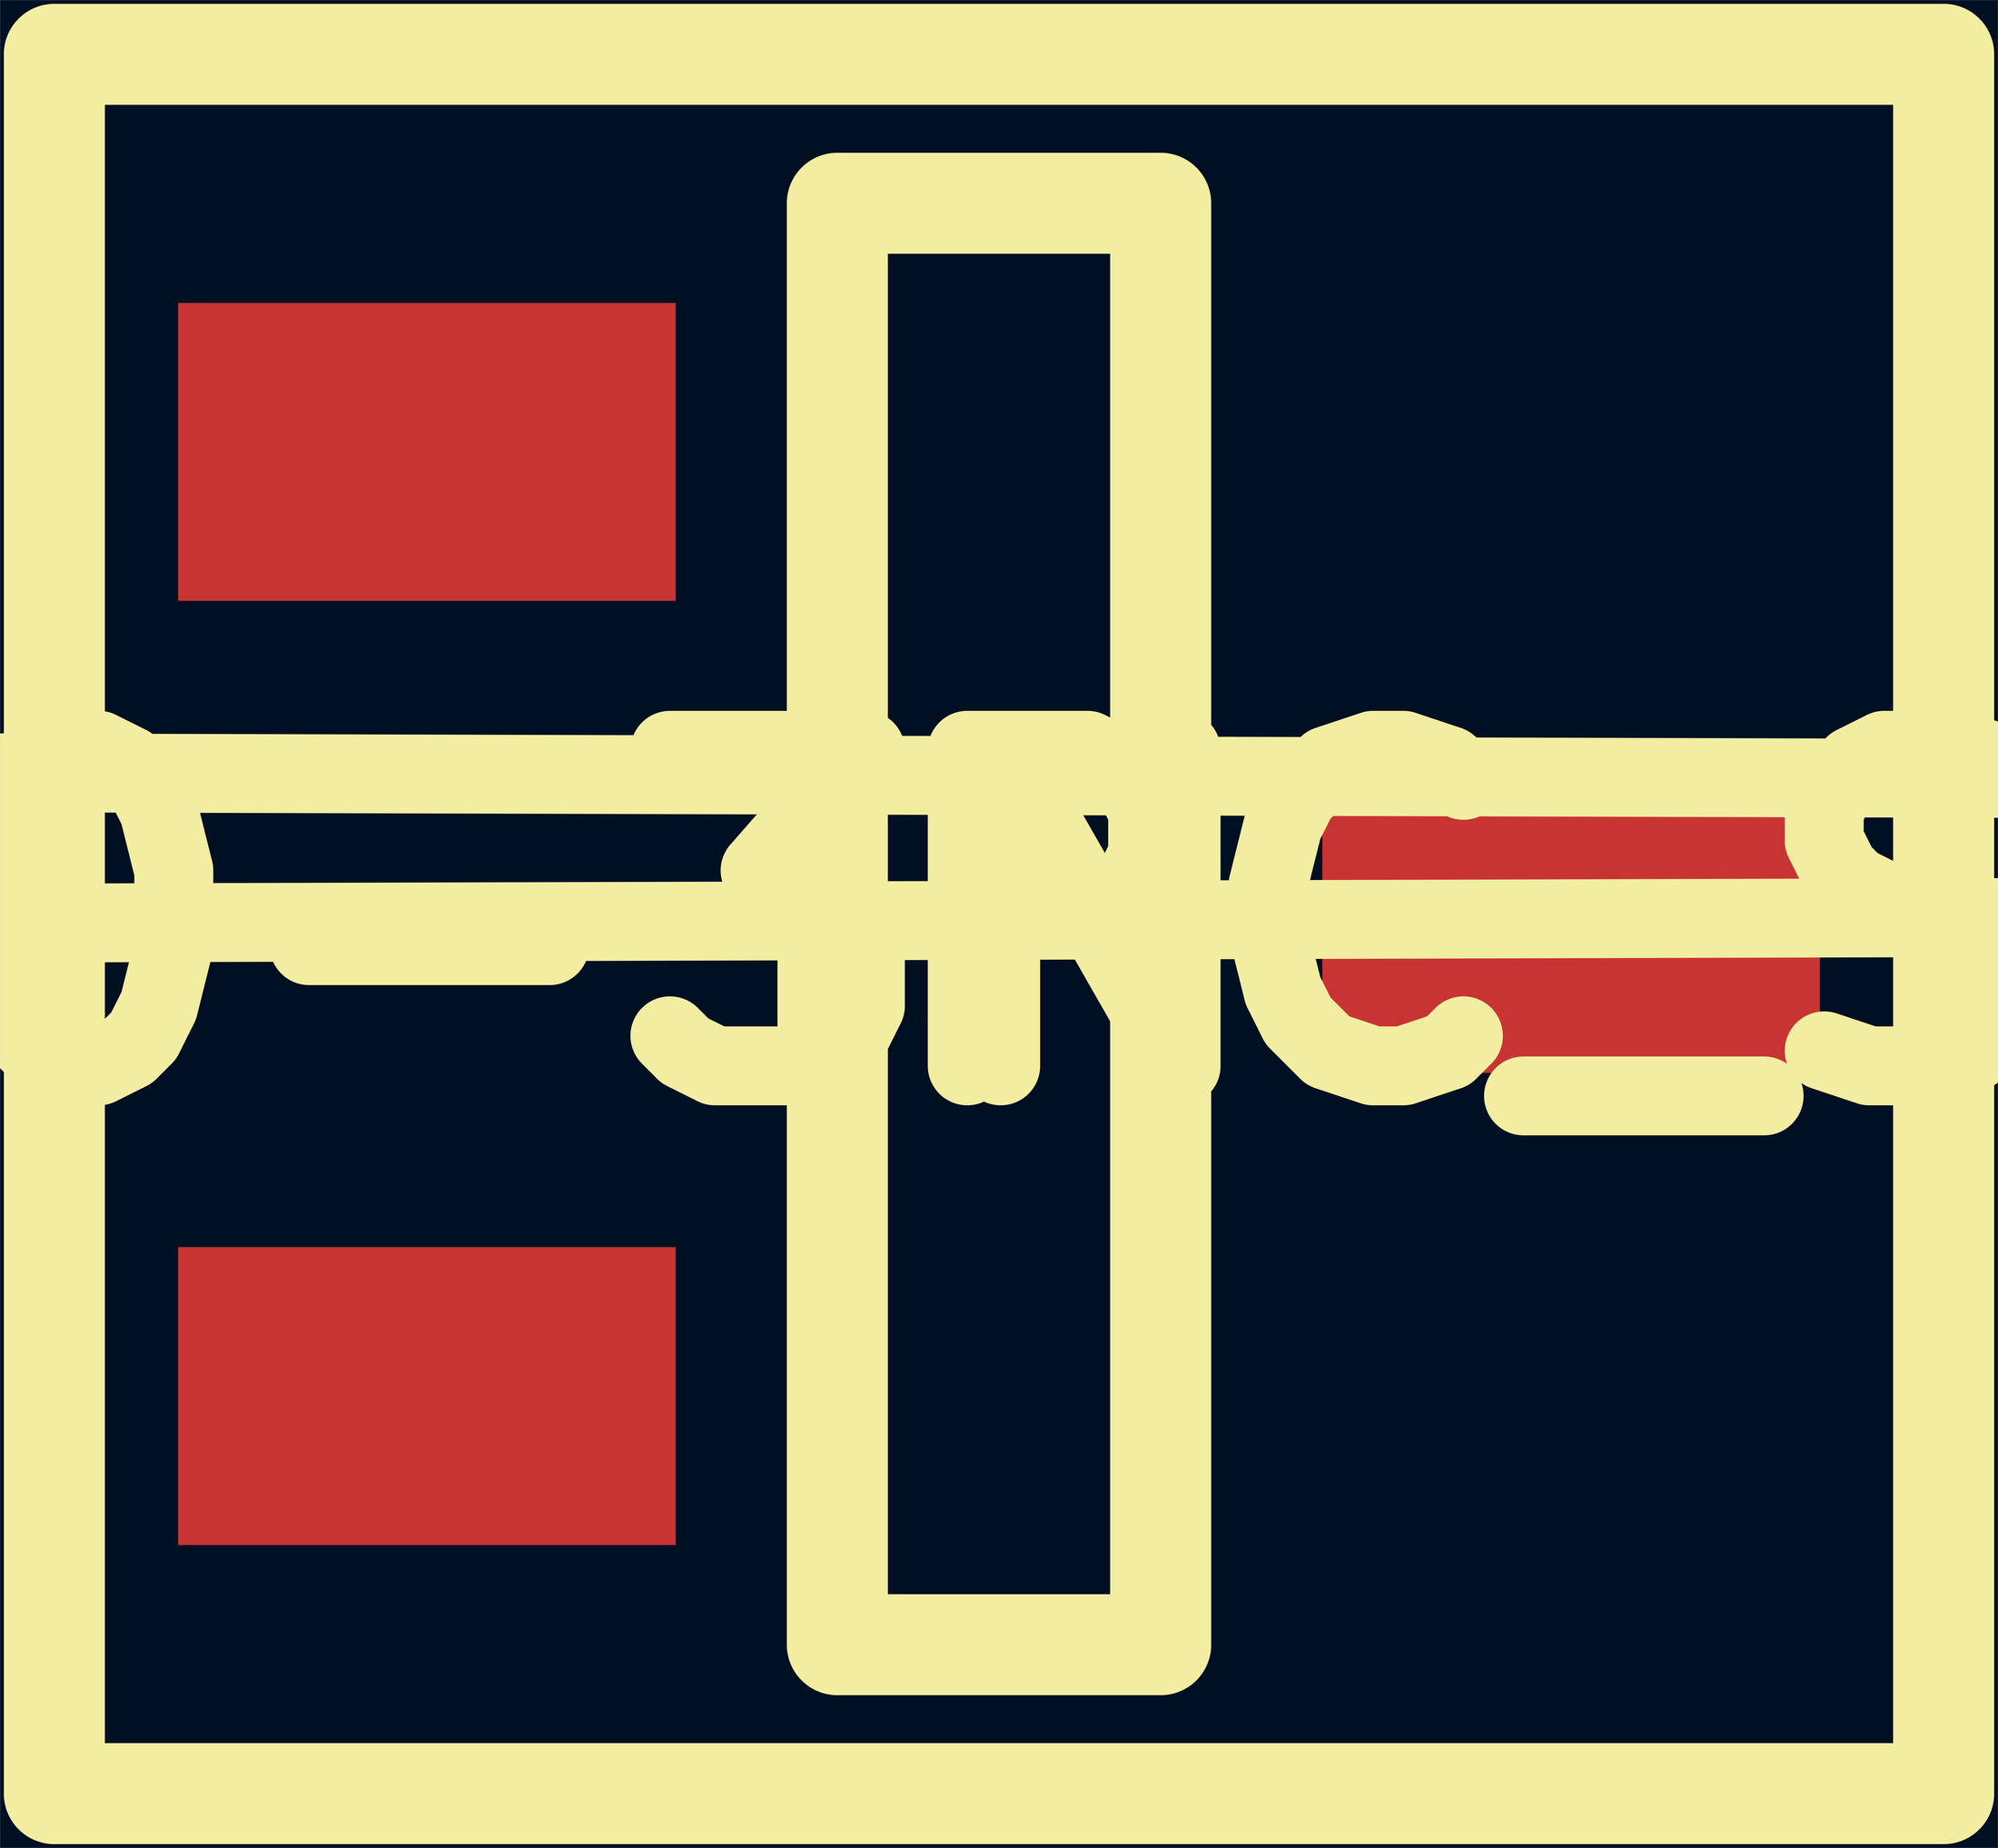
<source format=kicad_pcb>
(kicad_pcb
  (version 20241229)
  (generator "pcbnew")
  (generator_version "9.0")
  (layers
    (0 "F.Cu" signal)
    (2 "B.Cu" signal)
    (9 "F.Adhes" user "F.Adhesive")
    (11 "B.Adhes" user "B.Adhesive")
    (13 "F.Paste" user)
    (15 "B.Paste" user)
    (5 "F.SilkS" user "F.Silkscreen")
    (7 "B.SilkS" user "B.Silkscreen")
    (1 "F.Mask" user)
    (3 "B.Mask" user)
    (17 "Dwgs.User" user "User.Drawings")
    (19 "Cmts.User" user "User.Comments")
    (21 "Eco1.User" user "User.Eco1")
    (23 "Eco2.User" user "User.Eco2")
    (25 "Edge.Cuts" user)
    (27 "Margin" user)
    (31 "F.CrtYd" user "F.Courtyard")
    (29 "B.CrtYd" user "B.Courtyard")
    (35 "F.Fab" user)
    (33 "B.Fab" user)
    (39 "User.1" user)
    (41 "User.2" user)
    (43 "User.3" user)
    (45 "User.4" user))
  (footprint "IPC_SOT95P230X110-3N"
    (layer "F.Cu")
    (at 788 729)
    (property "Reference" "IPC_SOT95P230X110-3N" (at 0 0 0) (layer "F.SilkS") (effects (font (size 250 250) (thickness 120))))
    (attr through_hole)
    (fp_line (start -748 -689) (end 748 -689) (stroke (width 80) (type solid)) (layer "F.SilkS"))
    (fp_line (start -748 689) (end -748 -689) (stroke (width 80) (type solid)) (layer "F.SilkS"))
    (fp_line (start -128 -571) (end 128 -571) (stroke (width 80) (type solid)) (layer "F.SilkS"))
    (fp_line (start -128 571) (end -128 -571) (stroke (width 80) (type solid)) (layer "F.SilkS"))
    (fp_line (start 128 -571) (end 128 571) (stroke (width 80) (type solid)) (layer "F.SilkS"))
    (fp_line (start 128 571) (end -128 571) (stroke (width 80) (type solid)) (layer "F.SilkS"))
    (fp_line (start 748 -689) (end 748 689) (stroke (width 80) (type solid)) (layer "F.SilkS"))
    (fp_line (start 748 689) (end -748 689) (stroke (width 80) (type solid)) (layer "F.SilkS"))
    (pad "1" smd rect (at -453 -374) (size 394 236) (layers "F.Cu" "F.Mask" "F.Paste"))
    (pad "2" smd rect (at -453 374) (size 394 236) (layers "F.Cu" "F.Mask" "F.Paste"))
    (pad "3" smd rect (at 453 0) (size 394 236) (layers "F.Cu" "F.Mask" "F.Paste")))
  (gr_rect
    (start -3 -3)
    (end 1579 1461)
    (stroke (width 0.1) (type default))
    (fill no)
    (layer "Edge.Cuts")))
</source>
